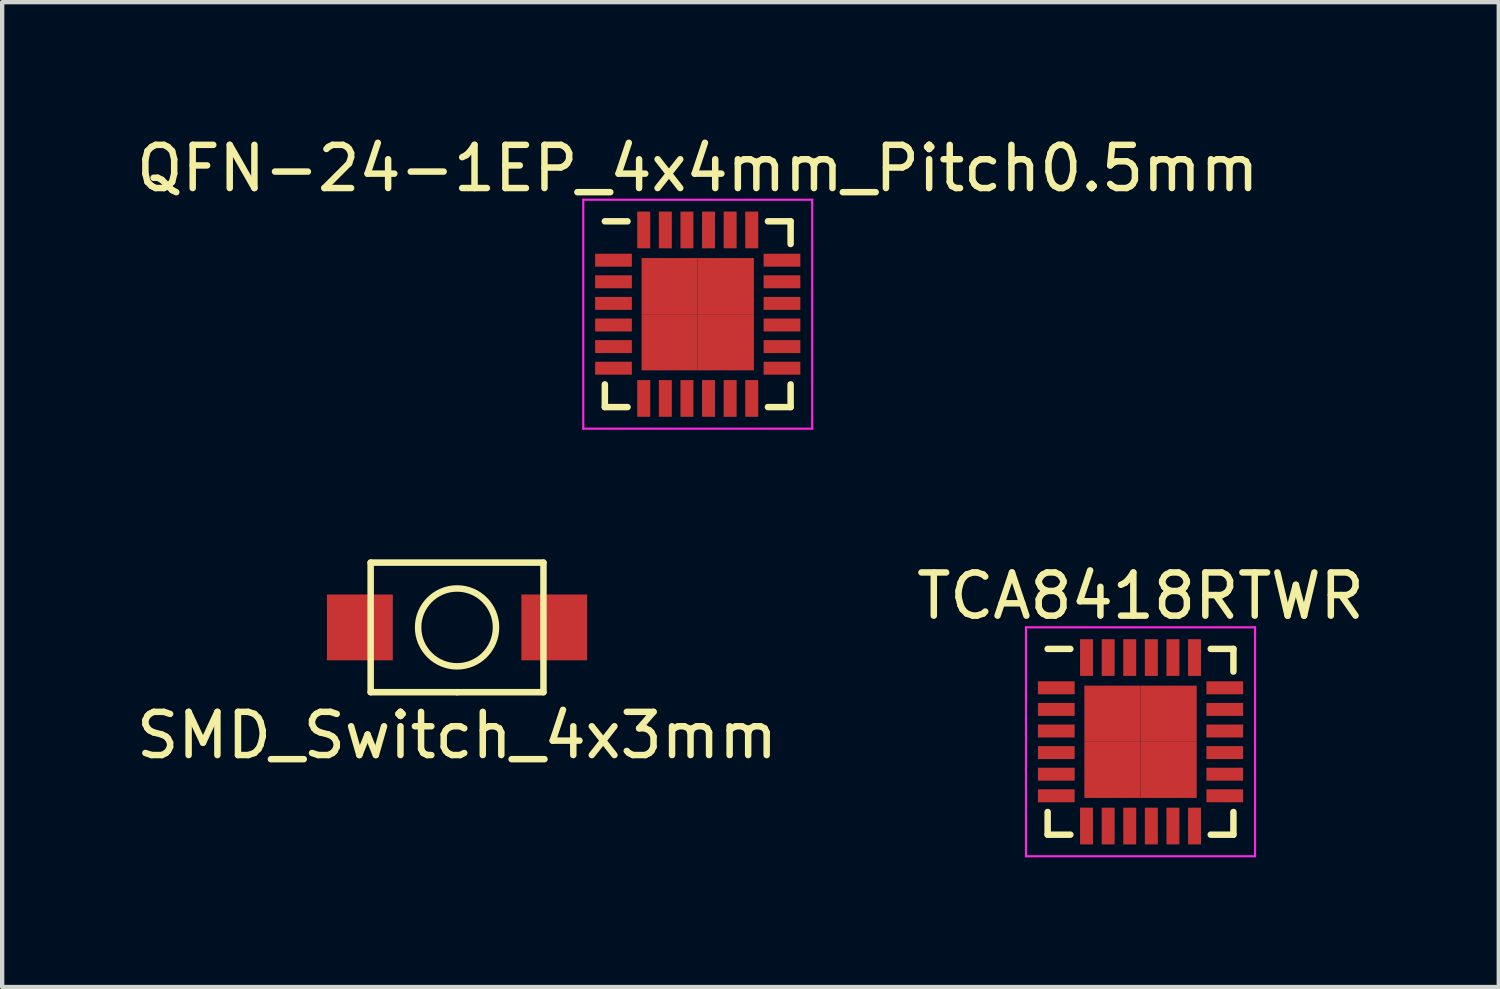
<source format=kicad_pcb>
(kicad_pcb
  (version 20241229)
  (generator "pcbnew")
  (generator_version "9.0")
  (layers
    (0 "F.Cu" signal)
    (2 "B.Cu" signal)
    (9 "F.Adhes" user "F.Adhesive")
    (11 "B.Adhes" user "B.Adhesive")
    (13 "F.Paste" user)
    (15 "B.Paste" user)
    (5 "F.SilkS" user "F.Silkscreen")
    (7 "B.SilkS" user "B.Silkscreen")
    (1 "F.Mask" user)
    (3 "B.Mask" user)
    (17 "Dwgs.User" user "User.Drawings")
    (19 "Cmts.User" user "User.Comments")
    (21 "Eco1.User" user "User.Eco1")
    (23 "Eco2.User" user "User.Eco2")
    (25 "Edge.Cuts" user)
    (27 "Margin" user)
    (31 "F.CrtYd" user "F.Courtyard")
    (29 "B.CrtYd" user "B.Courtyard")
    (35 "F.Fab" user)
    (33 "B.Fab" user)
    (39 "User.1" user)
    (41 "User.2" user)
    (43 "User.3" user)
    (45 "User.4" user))
  (footprint "TCA8418RTWR"
    (layer "F.Cu")
    (at 23.351 14.121)
    (property "Reference" "TCA8418RTWR" (at 0 -3.375 0) (layer "F.SilkS") (effects (font (size 1 1) (thickness 0.15))))
    (attr smd)
    (fp_line (start -2.15 -2.15) (end -1.625 -2.15) (stroke (width 0.15) (type solid)) (layer "F.SilkS"))
    (fp_line (start -2.15 2.15) (end -2.15 1.625) (stroke (width 0.15) (type solid)) (layer "F.SilkS"))
    (fp_line (start -2.15 2.15) (end -1.625 2.15) (stroke (width 0.15) (type solid)) (layer "F.SilkS"))
    (fp_line (start 2.15 -2.15) (end 1.625 -2.15) (stroke (width 0.15) (type solid)) (layer "F.SilkS"))
    (fp_line (start 2.15 -2.15) (end 2.15 -1.625) (stroke (width 0.15) (type solid)) (layer "F.SilkS"))
    (fp_line (start 2.15 2.15) (end 1.625 2.15) (stroke (width 0.15) (type solid)) (layer "F.SilkS"))
    (fp_line (start 2.15 2.15) (end 2.15 1.625) (stroke (width 0.15) (type solid)) (layer "F.SilkS"))
    (fp_line (start -2.65 -2.65) (end -2.65 2.65) (stroke (width 0.05) (type solid)) (layer "F.CrtYd"))
    (fp_line (start -2.65 -2.65) (end 2.65 -2.65) (stroke (width 0.05) (type solid)) (layer "F.CrtYd"))
    (fp_line (start -2.65 2.65) (end 2.65 2.65) (stroke (width 0.05) (type solid)) (layer "F.CrtYd"))
    (fp_line (start 2.65 -2.65) (end 2.65 2.65) (stroke (width 0.05) (type solid)) (layer "F.CrtYd"))
    (pad "1" smd rect (at -1.95 -1.25) (size 0.85 0.3) (layers "F.Cu" "F.Mask" "F.Paste"))
    (pad "2" smd rect (at -1.95 -0.75) (size 0.85 0.3) (layers "F.Cu" "F.Mask" "F.Paste"))
    (pad "3" smd rect (at -1.95 -0.25) (size 0.85 0.3) (layers "F.Cu" "F.Mask" "F.Paste"))
    (pad "4" smd rect (at -1.95 0.25) (size 0.85 0.3) (layers "F.Cu" "F.Mask" "F.Paste"))
    (pad "5" smd rect (at -1.95 0.75) (size 0.85 0.3) (layers "F.Cu" "F.Mask" "F.Paste"))
    (pad "6" smd rect (at -1.95 1.25) (size 0.85 0.3) (layers "F.Cu" "F.Mask" "F.Paste"))
    (pad "7" smd rect (at -1.25 1.95 90) (size 0.85 0.3) (layers "F.Cu" "F.Mask" "F.Paste"))
    (pad "8" smd rect (at -0.75 1.95 90) (size 0.85 0.3) (layers "F.Cu" "F.Mask" "F.Paste"))
    (pad "9" smd rect (at -0.25 1.95 90) (size 0.85 0.3) (layers "F.Cu" "F.Mask" "F.Paste"))
    (pad "10" smd rect (at 0.25 1.95 90) (size 0.85 0.3) (layers "F.Cu" "F.Mask" "F.Paste"))
    (pad "11" smd rect (at 0.75 1.95 90) (size 0.85 0.3) (layers "F.Cu" "F.Mask" "F.Paste"))
    (pad "12" smd rect (at 1.25 1.95 90) (size 0.85 0.3) (layers "F.Cu" "F.Mask" "F.Paste"))
    (pad "13" smd rect (at 1.95 1.25) (size 0.85 0.3) (layers "F.Cu" "F.Mask" "F.Paste"))
    (pad "14" smd rect (at 1.95 0.75) (size 0.85 0.3) (layers "F.Cu" "F.Mask" "F.Paste"))
    (pad "15" smd rect (at 1.95 0.25) (size 0.85 0.3) (layers "F.Cu" "F.Mask" "F.Paste"))
    (pad "16" smd rect (at 1.95 -0.25) (size 0.85 0.3) (layers "F.Cu" "F.Mask" "F.Paste"))
    (pad "17" smd rect (at 1.95 -0.75) (size 0.85 0.3) (layers "F.Cu" "F.Mask" "F.Paste"))
    (pad "18" smd rect (at 1.95 -1.25) (size 0.85 0.3) (layers "F.Cu" "F.Mask" "F.Paste"))
    (pad "19" smd rect (at 1.25 -1.95 90) (size 0.85 0.3) (layers "F.Cu" "F.Mask" "F.Paste"))
    (pad "20" smd rect (at 0.75 -1.95 90) (size 0.85 0.3) (layers "F.Cu" "F.Mask" "F.Paste"))
    (pad "21" smd rect (at 0.25 -1.95 90) (size 0.85 0.3) (layers "F.Cu" "F.Mask" "F.Paste"))
    (pad "22" smd rect (at -0.25 -1.95 90) (size 0.85 0.3) (layers "F.Cu" "F.Mask" "F.Paste"))
    (pad "23" smd rect (at -0.75 -1.95 90) (size 0.85 0.3) (layers "F.Cu" "F.Mask" "F.Paste"))
    (pad "24" smd rect (at -1.25 -1.95 90) (size 0.85 0.3) (layers "F.Cu" "F.Mask" "F.Paste"))
    (pad "25" smd rect (at -0.65 -0.65) (size 1.3 1.3) (layers "F.Cu" "F.Mask" "F.Paste"))
    (pad "25" smd rect (at -0.65 0.65) (size 1.3 1.3) (layers "F.Cu" "F.Mask" "F.Paste"))
    (pad "25" smd rect (at 0.65 -0.65) (size 1.3 1.3) (layers "F.Cu" "F.Mask" "F.Paste"))
    (pad "25" smd rect (at 0.65 0.65) (size 1.3 1.3) (layers "F.Cu" "F.Mask" "F.Paste")))
  (footprint "SMD_Switch_4x3mm"
    (layer "F.Cu")
    (at 7.53 15.973)
    (property "Reference" "SMD_Switch_4x3mm" (at 0 -2 0) (layer "F.SilkS") (effects (font (size 1 1) (thickness 0.15))))
    (attr through_hole)
    (fp_line (start -2 -6) (end 2 -6) (stroke (width 0.15) (type solid)) (layer "F.SilkS"))
    (fp_line (start -2 -3) (end -2 -6) (stroke (width 0.15) (type solid)) (layer "F.SilkS"))
    (fp_line (start 0 -3) (end -2 -3) (stroke (width 0.15) (type solid)) (layer "F.SilkS"))
    (fp_line (start 2 -6) (end 2 -3) (stroke (width 0.15) (type solid)) (layer "F.SilkS"))
    (fp_line (start 2 -3) (end 0 -3) (stroke (width 0.15) (type solid)) (layer "F.SilkS"))
    (fp_circle (center 0 -4.5) (end 0.75 -4) (stroke (width 0.15) (type solid)) (fill no) (layer "F.SilkS"))
    (pad "1" smd rect (at -2.25 -4.5) (size 1.524 1.524) (layers "F.Cu" "F.Mask" "F.Paste"))
    (pad "2" smd rect (at 2.25 -4.5) (size 1.524 1.524) (layers "F.Cu" "F.Mask" "F.Paste")))
  (footprint "QFN-24-1EP_4x4mm_Pitch0.5mm"
    (layer "F.Cu")
    (at 13.101 4.223)
    (property "Reference" "QFN-24-1EP_4x4mm_Pitch0.5mm" (at 0 -3.375 0) (layer "F.SilkS") (effects (font (size 1 1) (thickness 0.15))))
    (attr smd)
    (fp_line (start -2.15 -2.15) (end -1.625 -2.15) (stroke (width 0.15) (type solid)) (layer "F.SilkS"))
    (fp_line (start -2.15 2.15) (end -2.15 1.625) (stroke (width 0.15) (type solid)) (layer "F.SilkS"))
    (fp_line (start -2.15 2.15) (end -1.625 2.15) (stroke (width 0.15) (type solid)) (layer "F.SilkS"))
    (fp_line (start 2.15 -2.15) (end 1.625 -2.15) (stroke (width 0.15) (type solid)) (layer "F.SilkS"))
    (fp_line (start 2.15 -2.15) (end 2.15 -1.625) (stroke (width 0.15) (type solid)) (layer "F.SilkS"))
    (fp_line (start 2.15 2.15) (end 1.625 2.15) (stroke (width 0.15) (type solid)) (layer "F.SilkS"))
    (fp_line (start 2.15 2.15) (end 2.15 1.625) (stroke (width 0.15) (type solid)) (layer "F.SilkS"))
    (fp_line (start -2.65 -2.65) (end -2.65 2.65) (stroke (width 0.05) (type solid)) (layer "F.CrtYd"))
    (fp_line (start -2.65 -2.65) (end 2.65 -2.65) (stroke (width 0.05) (type solid)) (layer "F.CrtYd"))
    (fp_line (start -2.65 2.65) (end 2.65 2.65) (stroke (width 0.05) (type solid)) (layer "F.CrtYd"))
    (fp_line (start 2.65 -2.65) (end 2.65 2.65) (stroke (width 0.05) (type solid)) (layer "F.CrtYd"))
    (pad "1" smd rect (at -1.95 -1.25) (size 0.85 0.3) (layers "F.Cu" "F.Mask" "F.Paste"))
    (pad "2" smd rect (at -1.95 -0.75) (size 0.85 0.3) (layers "F.Cu" "F.Mask" "F.Paste"))
    (pad "3" smd rect (at -1.95 -0.25) (size 0.85 0.3) (layers "F.Cu" "F.Mask" "F.Paste"))
    (pad "4" smd rect (at -1.95 0.25) (size 0.85 0.3) (layers "F.Cu" "F.Mask" "F.Paste"))
    (pad "5" smd rect (at -1.95 0.75) (size 0.85 0.3) (layers "F.Cu" "F.Mask" "F.Paste"))
    (pad "6" smd rect (at -1.95 1.25) (size 0.85 0.3) (layers "F.Cu" "F.Mask" "F.Paste"))
    (pad "7" smd rect (at -1.25 1.95 90) (size 0.85 0.3) (layers "F.Cu" "F.Mask" "F.Paste"))
    (pad "8" smd rect (at -0.75 1.95 90) (size 0.85 0.3) (layers "F.Cu" "F.Mask" "F.Paste"))
    (pad "9" smd rect (at -0.25 1.95 90) (size 0.85 0.3) (layers "F.Cu" "F.Mask" "F.Paste"))
    (pad "10" smd rect (at 0.25 1.95 90) (size 0.85 0.3) (layers "F.Cu" "F.Mask" "F.Paste"))
    (pad "11" smd rect (at 0.75 1.95 90) (size 0.85 0.3) (layers "F.Cu" "F.Mask" "F.Paste"))
    (pad "12" smd rect (at 1.25 1.95 90) (size 0.85 0.3) (layers "F.Cu" "F.Mask" "F.Paste"))
    (pad "13" smd rect (at 1.95 1.25) (size 0.85 0.3) (layers "F.Cu" "F.Mask" "F.Paste"))
    (pad "14" smd rect (at 1.95 0.75) (size 0.85 0.3) (layers "F.Cu" "F.Mask" "F.Paste"))
    (pad "15" smd rect (at 1.95 0.25) (size 0.85 0.3) (layers "F.Cu" "F.Mask" "F.Paste"))
    (pad "16" smd rect (at 1.95 -0.25) (size 0.85 0.3) (layers "F.Cu" "F.Mask" "F.Paste"))
    (pad "17" smd rect (at 1.95 -0.75) (size 0.85 0.3) (layers "F.Cu" "F.Mask" "F.Paste"))
    (pad "18" smd rect (at 1.95 -1.25) (size 0.85 0.3) (layers "F.Cu" "F.Mask" "F.Paste"))
    (pad "19" smd rect (at 1.25 -1.95 90) (size 0.85 0.3) (layers "F.Cu" "F.Mask" "F.Paste"))
    (pad "20" smd rect (at 0.75 -1.95 90) (size 0.85 0.3) (layers "F.Cu" "F.Mask" "F.Paste"))
    (pad "21" smd rect (at 0.25 -1.95 90) (size 0.85 0.3) (layers "F.Cu" "F.Mask" "F.Paste"))
    (pad "22" smd rect (at -0.25 -1.95 90) (size 0.85 0.3) (layers "F.Cu" "F.Mask" "F.Paste"))
    (pad "23" smd rect (at -0.75 -1.95 90) (size 0.85 0.3) (layers "F.Cu" "F.Mask" "F.Paste"))
    (pad "24" smd rect (at -1.25 -1.95 90) (size 0.85 0.3) (layers "F.Cu" "F.Mask" "F.Paste"))
    (pad "25" smd rect (at -0.65 -0.65) (size 1.3 1.3) (layers "F.Cu" "F.Mask" "F.Paste"))
    (pad "25" smd rect (at -0.65 0.65) (size 1.3 1.3) (layers "F.Cu" "F.Mask" "F.Paste"))
    (pad "25" smd rect (at 0.65 -0.65) (size 1.3 1.3) (layers "F.Cu" "F.Mask" "F.Paste"))
    (pad "25" smd rect (at 0.65 0.65) (size 1.3 1.3) (layers "F.Cu" "F.Mask" "F.Paste")))
  (gr_rect
    (start -3 -3)
    (end 31.643 19.797)
    (stroke (width 0.1) (type default))
    (fill no)
    (layer "Edge.Cuts")))
</source>
